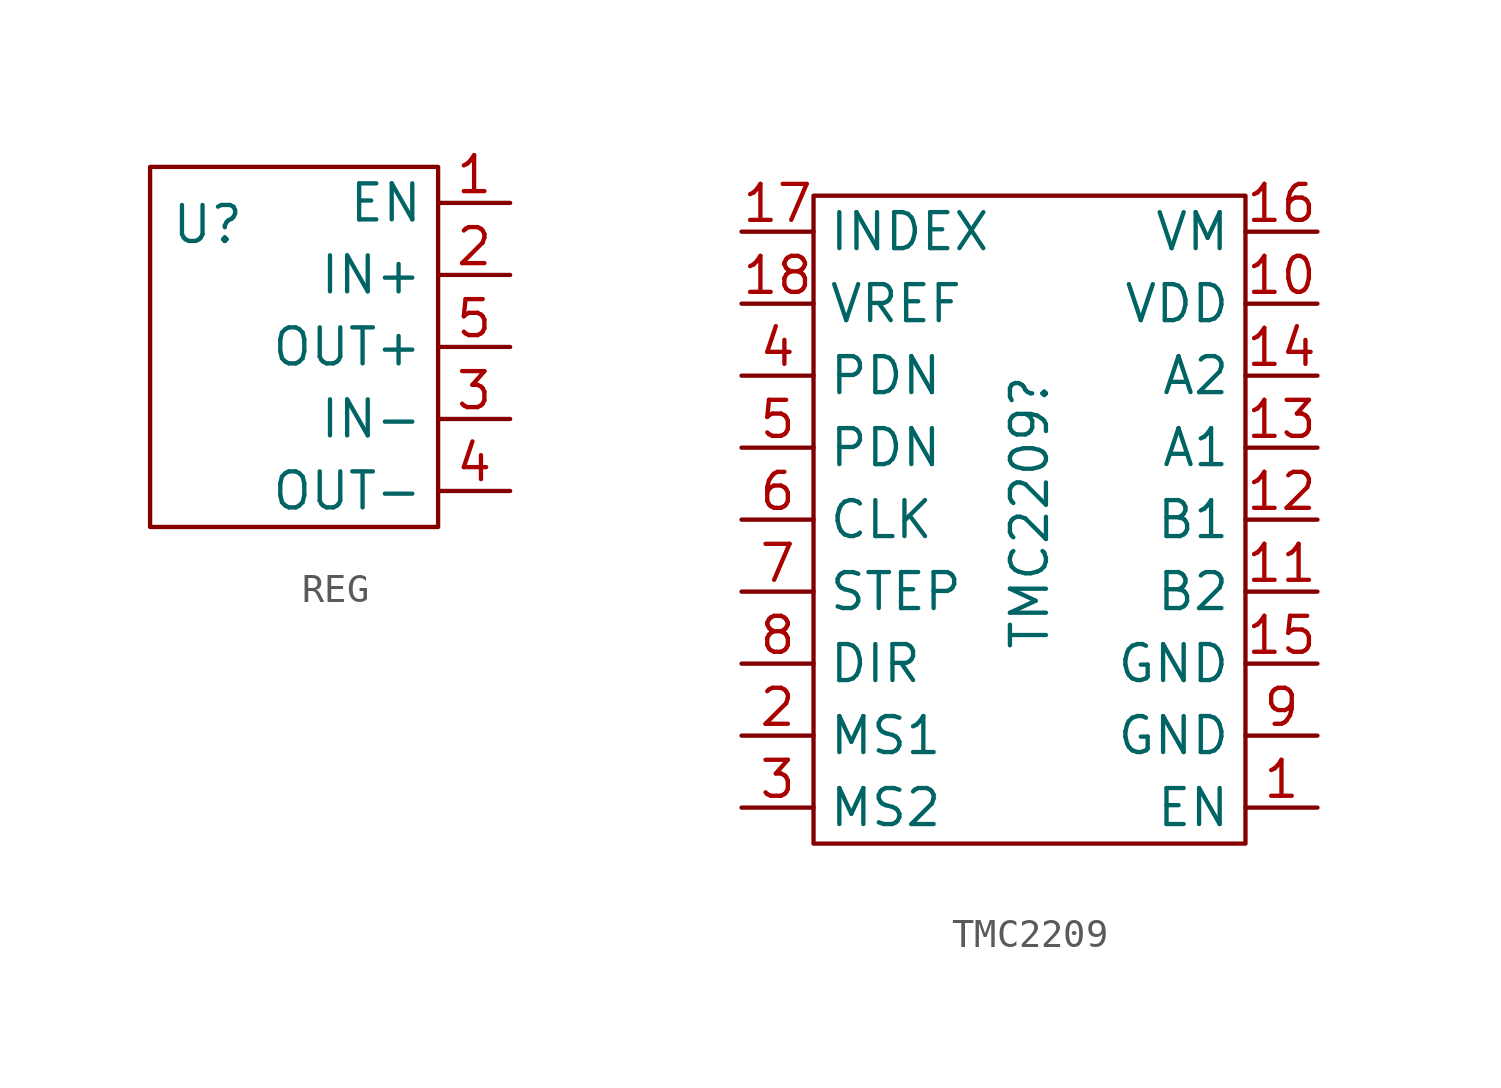
<source format=kicad_sym>
(kicad_symbol_lib
  (version 20241209)
  (generator "kicad_symbol_editor")
  (generator_version "9.0")
  (symbol "REG"
    (property "Reference" "U"
      (at -3.048 4.318 0)
      (effects (font (size 1.27 1.27))))
    (property "Value" ""
      (at 0 0 0)
      (effects (font (size 1.27 1.27))))
    (symbol "REG_0_1"
      (rectangle (start -5.08 6.35) (end 5.08 -6.35) (stroke (width 0) (type default)) (fill (type none))))
    (symbol "REG_1_1"
      (pin input line (at 7.62 5.08 180) (length 2.54) (name "EN" (effects (font (size 1.27 1.27)))) (number "1" (effects (font (size 1.27 1.27)))))
      (pin input line (at 7.62 2.54 180) (length 2.54) (name "IN+" (effects (font (size 1.27 1.27)))) (number "2" (effects (font (size 1.27 1.27)))))
      (pin output line (at 7.62 0 180) (length 2.54) (name "OUT+" (effects (font (size 1.27 1.27)))) (number "5" (effects (font (size 1.27 1.27)))))
      (pin input line (at 7.62 -2.54 180) (length 2.54) (name "IN-" (effects (font (size 1.27 1.27)))) (number "3" (effects (font (size 1.27 1.27)))))
      (pin output line (at 7.62 -5.08 180) (length 2.54) (name "OUT-" (effects (font (size 1.27 1.27)))) (number "4" (effects (font (size 1.27 1.27)))))))
  (symbol "TMC2209"
    (property "Reference" "TMC2209"
      (at 0 -6.096 90)
      (effects (font (size 1.27 1.27))))
    (property "Value" ""
      (at -3.81 0 0)
      (effects (font (size 1.27 1.27))))
    (symbol "TMC2209_0_1"
      (rectangle (start -7.62 5.08) (end 7.62 -17.78) (stroke (width 0) (type default)) (fill (type none))))
    (symbol "TMC2209_1_1"
      (pin input line (at -10.16 3.81 0) (length 2.54) (name "INDEX" (effects (font (size 1.27 1.27)))) (number "17" (effects (font (size 1.27 1.27)))))
      (pin input line (at -10.16 1.27 0) (length 2.54) (name "VREF" (effects (font (size 1.27 1.27)))) (number "18" (effects (font (size 1.27 1.27)))))
      (pin bidirectional line (at -10.16 -1.27 0) (length 2.54) (name "PDN" (effects (font (size 1.27 1.27)))) (number "4" (effects (font (size 1.27 1.27)))))
      (pin bidirectional line (at -10.16 -3.81 0) (length 2.54) (name "PDN" (effects (font (size 1.27 1.27)))) (number "5" (effects (font (size 1.27 1.27)))))
      (pin input line (at -10.16 -6.35 0) (length 2.54) (name "CLK" (effects (font (size 1.27 1.27)))) (number "6" (effects (font (size 1.27 1.27)))))
      (pin input line (at -10.16 -8.89 0) (length 2.54) (name "STEP" (effects (font (size 1.27 1.27)))) (number "7" (effects (font (size 1.27 1.27)))))
      (pin input line (at -10.16 -11.43 0) (length 2.54) (name "DIR" (effects (font (size 1.27 1.27)))) (number "8" (effects (font (size 1.27 1.27)))))
      (pin input line (at -10.16 -13.97 0) (length 2.54) (name "MS1" (effects (font (size 1.27 1.27)))) (number "2" (effects (font (size 1.27 1.27)))))
      (pin input line (at -10.16 -16.51 0) (length 2.54) (name "MS2" (effects (font (size 1.27 1.27)))) (number "3" (effects (font (size 1.27 1.27)))))
      (pin power_in line (at 10.16 3.81 180) (length 2.54) (name "VM" (effects (font (size 1.27 1.27)))) (number "16" (effects (font (size 1.27 1.27)))))
      (pin power_in line (at 10.16 1.27 180) (length 2.54) (name "VDD" (effects (font (size 1.27 1.27)))) (number "10" (effects (font (size 1.27 1.27)))))
      (pin passive line (at 10.16 -1.27 180) (length 2.54) (name "A2" (effects (font (size 1.27 1.27)))) (number "14" (effects (font (size 1.27 1.27)))))
      (pin passive line (at 10.16 -3.81 180) (length 2.54) (name "A1" (effects (font (size 1.27 1.27)))) (number "13" (effects (font (size 1.27 1.27)))))
      (pin passive line (at 10.16 -6.35 180) (length 2.54) (name "B1" (effects (font (size 1.27 1.27)))) (number "12" (effects (font (size 1.27 1.27)))))
      (pin passive line (at 10.16 -8.89 180) (length 2.54) (name "B2" (effects (font (size 1.27 1.27)))) (number "11" (effects (font (size 1.27 1.27)))))
      (pin power_in line (at 10.16 -11.43 180) (length 2.54) (name "GND" (effects (font (size 1.27 1.27)))) (number "15" (effects (font (size 1.27 1.27)))))
      (pin power_in line (at 10.16 -13.97 180) (length 2.54) (name "GND" (effects (font (size 1.27 1.27)))) (number "9" (effects (font (size 1.27 1.27)))))
      (pin input line (at 10.16 -16.51 180) (length 2.54) (name "EN" (effects (font (size 1.27 1.27)))) (number "1" (effects (font (size 1.27 1.27))))))))
</source>
